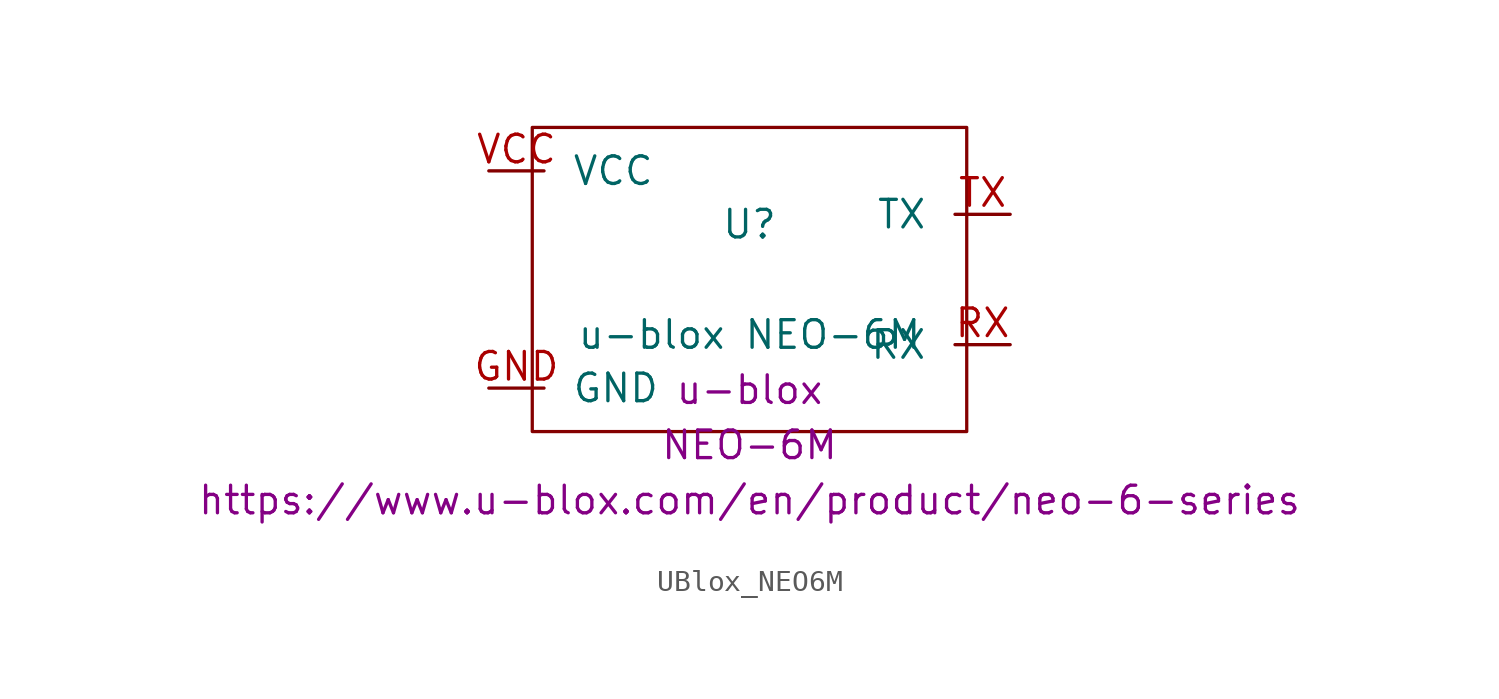
<source format=kicad_sym>
(kicad_symbol_lib
  (version 20211014)
  (generator kicad_symbol_editor)
  (symbol "UBlox_NEO6M"
    (pin_names
      (offset 1.27))
    (property "Reference" "U"
      (at 0 2.54 0)
      (effects (font (size 1.27 1.27))))
    (property "Value" "u-blox NEO-6M"
      (at 0 -2.54 0)
      (effects (font (size 1.27 1.27))))
    (property "Supplier" "u-blox"
      (at 0 -5.08 0)
      (effects (font (size 1.27 1.27))))
    (property "Supplier Part" "NEO-6M"
      (at 0 -7.62 0)
      (effects (font (size 1.27 1.27))))
    (property "Supplier Link" "https://www.u-blox.com/en/product/neo-6-series"
      (at 0 -10.16 0)
      (effects (font (size 1.27 1.27))))
    (rectangle
      (start -10 7)
      (end 10 -7)
      (stroke (width 0.15))
      (fill (type none)))
    (pin power_in line
      (at -12 5 0)
      (length 2.54)
      (name "VCC")
      (number "VCC"))
    (pin power_in line
      (at -12 -5 0)
      (length 2.54)
      (name "GND")
      (number "GND"))
    (pin output line
      (at 12 3 180)
      (length 2.54)
      (name "TX")
      (number "TX"))
    (pin input line
      (at 12 -3 180)
      (length 2.54)
      (name "RX")
      (number "RX"))))
</source>
